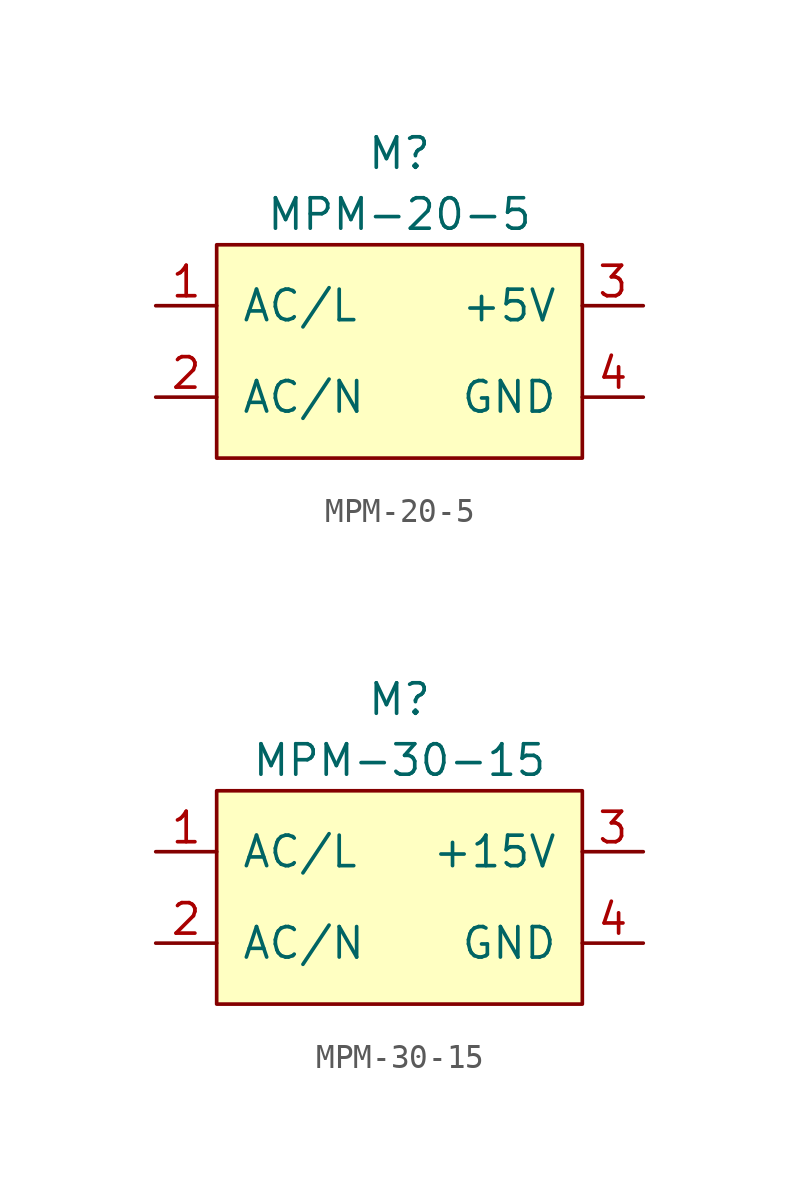
<source format=kicad_sym>
(kicad_symbol_lib
  (version 20211014)
  (generator kicad_symbol_editor)
  (symbol "MPM-20-5"
    (pin_names
      (offset 1.016))
    (property "Reference" "M"
      (at 7.62 3.81 0)
      (effects (font (size 1.27 1.27))))
    (property "Value" "MPM-20-5"
      (at 7.62 1.27 0)
      (effects (font (size 1.27 1.27))))
    (symbol "MPM-20-5_0_1"
      (rectangle (start 0 0) (end 15.24 -8.89) (stroke (width 0) (type default) (color 0 0 0 0)) (fill (type background))))
    (symbol "MPM-20-5_1_1"
      (pin power_in line (at -2.54 -2.54 0) (length 2.54) (name "AC/L" (effects (font (size 1.27 1.27)))) (number "1" (effects (font (size 1.27 1.27)))))
      (pin power_in line (at -2.54 -6.35 0) (length 2.54) (name "AC/N" (effects (font (size 1.27 1.27)))) (number "2" (effects (font (size 1.27 1.27)))))
      (pin power_out line (at 17.78 -2.54 180) (length 2.54) (name "+5V" (effects (font (size 1.27 1.27)))) (number "3" (effects (font (size 1.27 1.27)))))
      (pin power_out line (at 17.78 -6.35 180) (length 2.54) (name "GND" (effects (font (size 1.27 1.27)))) (number "4" (effects (font (size 1.27 1.27)))))))
  (symbol "MPM-30-15"
    (pin_names
      (offset 1.016))
    (property "Reference" "M"
      (at 7.62 3.81 0)
      (effects (font (size 1.27 1.27))))
    (property "Value" "MPM-30-15"
      (at 7.62 1.27 0)
      (effects (font (size 1.27 1.27))))
    (symbol "MPM-30-15_0_1"
      (rectangle (start 0 0) (end 15.24 -8.89) (stroke (width 0) (type default) (color 0 0 0 0)) (fill (type background))))
    (symbol "MPM-30-15_1_1"
      (pin power_in line (at -2.54 -2.54 0) (length 2.54) (name "AC/L" (effects (font (size 1.27 1.27)))) (number "1" (effects (font (size 1.27 1.27)))))
      (pin power_in line (at -2.54 -6.35 0) (length 2.54) (name "AC/N" (effects (font (size 1.27 1.27)))) (number "2" (effects (font (size 1.27 1.27)))))
      (pin power_out line (at 17.78 -2.54 180) (length 2.54) (name "+15V" (effects (font (size 1.27 1.27)))) (number "3" (effects (font (size 1.27 1.27)))))
      (pin power_out line (at 17.78 -6.35 180) (length 2.54) (name "GND" (effects (font (size 1.27 1.27)))) (number "4" (effects (font (size 1.27 1.27))))))))
</source>
